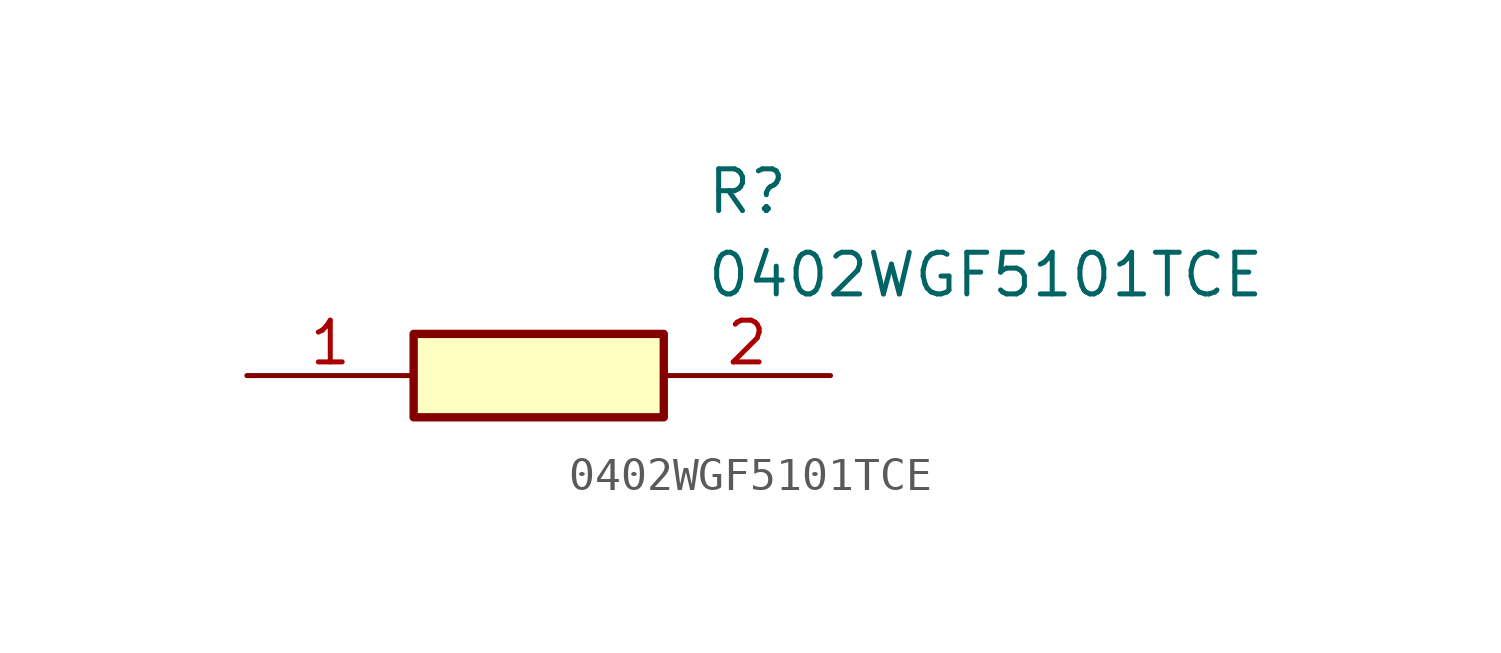
<source format=kicad_sym>
(kicad_symbol_lib
  (version 20211014)
  (generator SamacSys_ECAD_Model)
  (symbol "0402WGF5101TCE"
    (pin_names hide)
    (property "Reference" "R"
      (at 13.97 6.35 0)
      (effects (font (size 1.27 1.27)) (justify left top)))
    (property "Value" "0402WGF5101TCE"
      (at 13.97 3.81 0)
      (effects (font (size 1.27 1.27)) (justify left top)))
    (rectangle
      (start 5.08 1.27)
      (end 12.7 -1.27)
      (stroke (width 0.254) (type default))
      (fill (type background)))
    (pin passive line
      (at 0 0 0)
      (length 5.08)
      (name "1" (effects (font (size 1.27 1.27))))
      (number "1" (effects (font (size 1.27 1.27)))))
    (pin passive line
      (at 17.78 0 180)
      (length 5.08)
      (name "2" (effects (font (size 1.27 1.27))))
      (number "2" (effects (font (size 1.27 1.27)))))))
</source>
